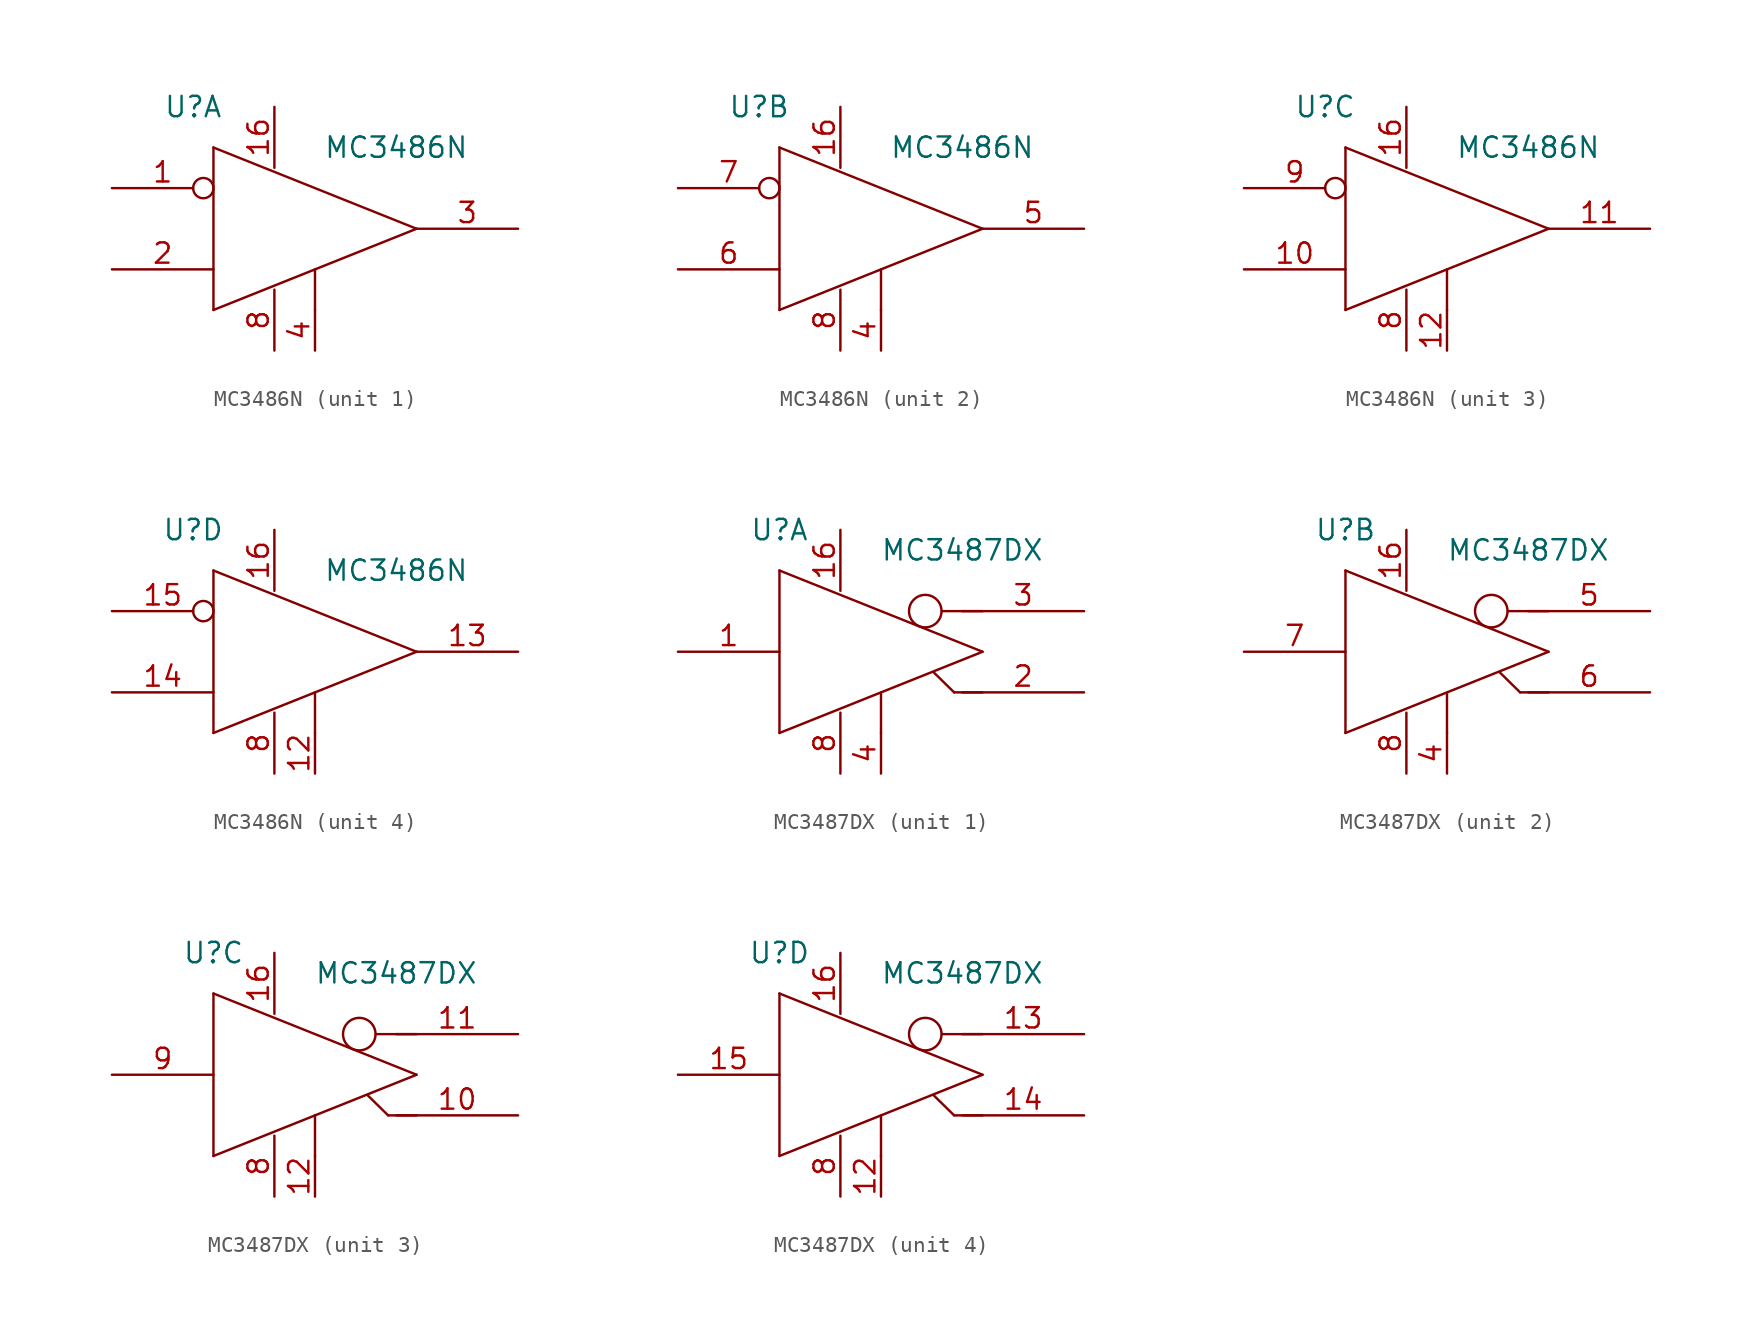
<source format=kicad_sym>
(kicad_symbol_lib
  (version 20201005)
  (generator kicad_symbol_editor)
  (symbol "Interface_LineDriver:MC3486N"
    (pin_names
      (offset 1.016) hide)
    (property "Reference" "U"
      (at -7.62 7.62 0)
      (effects (font (size 1.27 1.27))))
    (property "Value" "MC3486N"
      (at 5.08 5.08 0)
      (effects (font (size 1.27 1.27))))
    (symbol "MC3486N_0_1"
      (polyline (pts (xy -6.35 -5.08) (xy 6.35 0)) (stroke (width 0)) (fill (type none)))
      (polyline (pts (xy -6.35 5.08) (xy -6.35 -5.08)) (stroke (width 0)) (fill (type none)))
      (polyline (pts (xy 0 -5.08) (xy 0 -2.54)) (stroke (width 0)) (fill (type none)))
      (polyline (pts (xy 6.35 0) (xy -6.35 5.08)) (stroke (width 0)) (fill (type none))))
    (symbol "MC3486N_1_1"
      (pin input inverted (at -12.7 2.54 0) (length 6.35) (name "E-" (effects (font (size 1.27 1.27)))) (number "1" (effects (font (size 1.27 1.27)))))
      (pin input line (at -12.7 -2.54 0) (length 6.35) (name "E+" (effects (font (size 1.27 1.27)))) (number "2" (effects (font (size 1.27 1.27)))))
      (pin tri_state line (at 12.7 0 180) (length 6.35) (name "OUT" (effects (font (size 1.27 1.27)))) (number "3" (effects (font (size 1.27 1.27)))))
      (pin input line (at 0 -7.62 90) (length 2.54) (name "ENABLE" (effects (font (size 1.27 1.27)))) (number "4" (effects (font (size 1.27 1.27)))))
      (pin power_in line (at -2.54 -7.62 90) (length 3.81) (name "GND" (effects (font (size 1.27 1.27)))) (number "8" (effects (font (size 1.27 1.27)))))
      (pin power_in line (at -2.54 7.62 270) (length 3.81) (name "VCC" (effects (font (size 1.27 1.27)))) (number "16" (effects (font (size 1.27 1.27))))))
    (symbol "MC3486N_2_1"
      (pin input line (at 0 -7.62 90) (length 2.54) (name "ENABLE" (effects (font (size 1.27 1.27)))) (number "4" (effects (font (size 1.27 1.27)))))
      (pin tri_state line (at 12.7 0 180) (length 6.35) (name "OUT" (effects (font (size 1.27 1.27)))) (number "5" (effects (font (size 1.27 1.27)))))
      (pin input line (at -12.7 -2.54 0) (length 6.35) (name "E+" (effects (font (size 1.27 1.27)))) (number "6" (effects (font (size 1.27 1.27)))))
      (pin input inverted (at -12.7 2.54 0) (length 6.35) (name "E-" (effects (font (size 1.27 1.27)))) (number "7" (effects (font (size 1.27 1.27)))))
      (pin power_in line (at -2.54 -7.62 90) (length 3.81) (name "GND" (effects (font (size 1.27 1.27)))) (number "8" (effects (font (size 1.27 1.27)))))
      (pin power_in line (at -2.54 7.62 270) (length 3.81) (name "VCC" (effects (font (size 1.27 1.27)))) (number "16" (effects (font (size 1.27 1.27))))))
    (symbol "MC3486N_3_1"
      (pin power_in line (at -2.54 -7.62 90) (length 3.81) (name "GND" (effects (font (size 1.27 1.27)))) (number "8" (effects (font (size 1.27 1.27)))))
      (pin input inverted (at -12.7 2.54 0) (length 6.35) (name "E-" (effects (font (size 1.27 1.27)))) (number "9" (effects (font (size 1.27 1.27)))))
      (pin input line (at -12.7 -2.54 0) (length 6.35) (name "E+" (effects (font (size 1.27 1.27)))) (number "10" (effects (font (size 1.27 1.27)))))
      (pin tri_state line (at 12.7 0 180) (length 6.35) (name "OUT" (effects (font (size 1.27 1.27)))) (number "11" (effects (font (size 1.27 1.27)))))
      (pin input line (at 0 -7.62 90) (length 2.54) (name "ENABLE" (effects (font (size 1.27 1.27)))) (number "12" (effects (font (size 1.27 1.27)))))
      (pin power_in line (at -2.54 7.62 270) (length 3.81) (name "VCC" (effects (font (size 1.27 1.27)))) (number "16" (effects (font (size 1.27 1.27))))))
    (symbol "MC3486N_4_1"
      (pin power_in line (at -2.54 -7.62 90) (length 3.81) (name "GND" (effects (font (size 1.27 1.27)))) (number "8" (effects (font (size 1.27 1.27)))))
      (pin input line (at 0 -7.62 90) (length 2.54) (name "ENABLE" (effects (font (size 1.27 1.27)))) (number "12" (effects (font (size 1.27 1.27)))))
      (pin tri_state line (at 12.7 0 180) (length 6.35) (name "OUT" (effects (font (size 1.27 1.27)))) (number "13" (effects (font (size 1.27 1.27)))))
      (pin input line (at -12.7 -2.54 0) (length 6.35) (name "E+" (effects (font (size 1.27 1.27)))) (number "14" (effects (font (size 1.27 1.27)))))
      (pin input inverted (at -12.7 2.54 0) (length 6.35) (name "E-" (effects (font (size 1.27 1.27)))) (number "15" (effects (font (size 1.27 1.27)))))
      (pin power_in line (at -2.54 7.62 270) (length 3.81) (name "VCC" (effects (font (size 1.27 1.27)))) (number "16" (effects (font (size 1.27 1.27)))))))
  (symbol "Interface_LineDriver:MC3487DX"
    (pin_names
      (offset 1.016) hide)
    (property "Reference" "U"
      (at -6.35 7.62 0)
      (effects (font (size 1.27 1.27))))
    (property "Value" "MC3487DX"
      (at 5.08 6.35 0)
      (effects (font (size 1.27 1.27))))
    (symbol "MC3487DX_0_1"
      (circle (center 2.769 2.54) (radius 1.016) (stroke (width 0)) (fill (type none)))
      (polyline (pts (xy -6.35 -5.08) (xy 6.35 0)) (stroke (width 0)) (fill (type none)))
      (polyline (pts (xy -6.35 5.08) (xy -6.35 -5.08)) (stroke (width 0)) (fill (type none)))
      (polyline (pts (xy 0 -5.08) (xy 0 -2.54)) (stroke (width 0)) (fill (type none)))
      (polyline (pts (xy 3.81 2.54) (xy 6.35 2.54)) (stroke (width 0)) (fill (type none)))
      (polyline (pts (xy 4.572 -2.54) (xy 3.277 -1.27)) (stroke (width 0)) (fill (type none)))
      (polyline (pts (xy 6.35 -2.54) (xy 4.572 -2.54)) (stroke (width 0)) (fill (type none)))
      (polyline (pts (xy 6.35 0) (xy -6.35 5.08)) (stroke (width 0)) (fill (type none))))
    (symbol "MC3487DX_1_1"
      (pin input line (at -12.7 0 0) (length 6.35) (name "INPUT" (effects (font (size 1.27 1.27)))) (number "1" (effects (font (size 1.27 1.27)))))
      (pin tri_state line (at 12.7 -2.54 180) (length 7.62) (name "OUT+" (effects (font (size 1.27 1.27)))) (number "2" (effects (font (size 1.27 1.27)))))
      (pin tri_state line (at 12.7 2.54 180) (length 7.62) (name "OUT-" (effects (font (size 1.27 1.27)))) (number "3" (effects (font (size 1.27 1.27)))))
      (pin input line (at 0 -7.62 90) (length 2.54) (name "ENABLE" (effects (font (size 1.27 1.27)))) (number "4" (effects (font (size 1.27 1.27)))))
      (pin power_in line (at -2.54 -7.62 90) (length 3.81) (name "GND" (effects (font (size 1.27 1.27)))) (number "8" (effects (font (size 1.27 1.27)))))
      (pin power_in line (at -2.54 7.62 270) (length 3.81) (name "VCC" (effects (font (size 1.27 1.27)))) (number "16" (effects (font (size 1.27 1.27))))))
    (symbol "MC3487DX_2_1"
      (pin input line (at 0 -7.62 90) (length 2.54) (name "ENABLE" (effects (font (size 1.27 1.27)))) (number "4" (effects (font (size 1.27 1.27)))))
      (pin tri_state line (at 12.7 2.54 180) (length 7.62) (name "OUT-" (effects (font (size 1.27 1.27)))) (number "5" (effects (font (size 1.27 1.27)))))
      (pin tri_state line (at 12.7 -2.54 180) (length 7.62) (name "OUT+" (effects (font (size 1.27 1.27)))) (number "6" (effects (font (size 1.27 1.27)))))
      (pin input line (at -12.7 0 0) (length 6.35) (name "INPUT" (effects (font (size 1.27 1.27)))) (number "7" (effects (font (size 1.27 1.27)))))
      (pin power_in line (at -2.54 -7.62 90) (length 3.81) (name "GND" (effects (font (size 1.27 1.27)))) (number "8" (effects (font (size 1.27 1.27)))))
      (pin power_in line (at -2.54 7.62 270) (length 3.81) (name "VCC" (effects (font (size 1.27 1.27)))) (number "16" (effects (font (size 1.27 1.27))))))
    (symbol "MC3487DX_3_1"
      (pin power_in line (at -2.54 -7.62 90) (length 3.81) (name "GND" (effects (font (size 1.27 1.27)))) (number "8" (effects (font (size 1.27 1.27)))))
      (pin input line (at -12.7 0 0) (length 6.35) (name "INPUT" (effects (font (size 1.27 1.27)))) (number "9" (effects (font (size 1.27 1.27)))))
      (pin tri_state line (at 12.7 -2.54 180) (length 7.62) (name "OUT+" (effects (font (size 1.27 1.27)))) (number "10" (effects (font (size 1.27 1.27)))))
      (pin tri_state line (at 12.7 2.54 180) (length 7.62) (name "OUT-" (effects (font (size 1.27 1.27)))) (number "11" (effects (font (size 1.27 1.27)))))
      (pin input line (at 0 -7.62 90) (length 2.54) (name "ENABLE" (effects (font (size 1.27 1.27)))) (number "12" (effects (font (size 1.27 1.27)))))
      (pin power_in line (at -2.54 7.62 270) (length 3.81) (name "VCC" (effects (font (size 1.27 1.27)))) (number "16" (effects (font (size 1.27 1.27))))))
    (symbol "MC3487DX_4_1"
      (pin power_in line (at -2.54 -7.62 90) (length 3.81) (name "GND" (effects (font (size 1.27 1.27)))) (number "8" (effects (font (size 1.27 1.27)))))
      (pin input line (at 0 -7.62 90) (length 2.54) (name "ENABLE" (effects (font (size 1.27 1.27)))) (number "12" (effects (font (size 1.27 1.27)))))
      (pin tri_state line (at 12.7 2.54 180) (length 7.62) (name "OUT-" (effects (font (size 1.27 1.27)))) (number "13" (effects (font (size 1.27 1.27)))))
      (pin tri_state line (at 12.7 -2.54 180) (length 7.62) (name "OUT+" (effects (font (size 1.27 1.27)))) (number "14" (effects (font (size 1.27 1.27)))))
      (pin input line (at -12.7 0 0) (length 6.35) (name "INPUT" (effects (font (size 1.27 1.27)))) (number "15" (effects (font (size 1.27 1.27)))))
      (pin power_in line (at -2.54 7.62 270) (length 3.81) (name "VCC" (effects (font (size 1.27 1.27)))) (number "16" (effects (font (size 1.27 1.27))))))))
</source>
